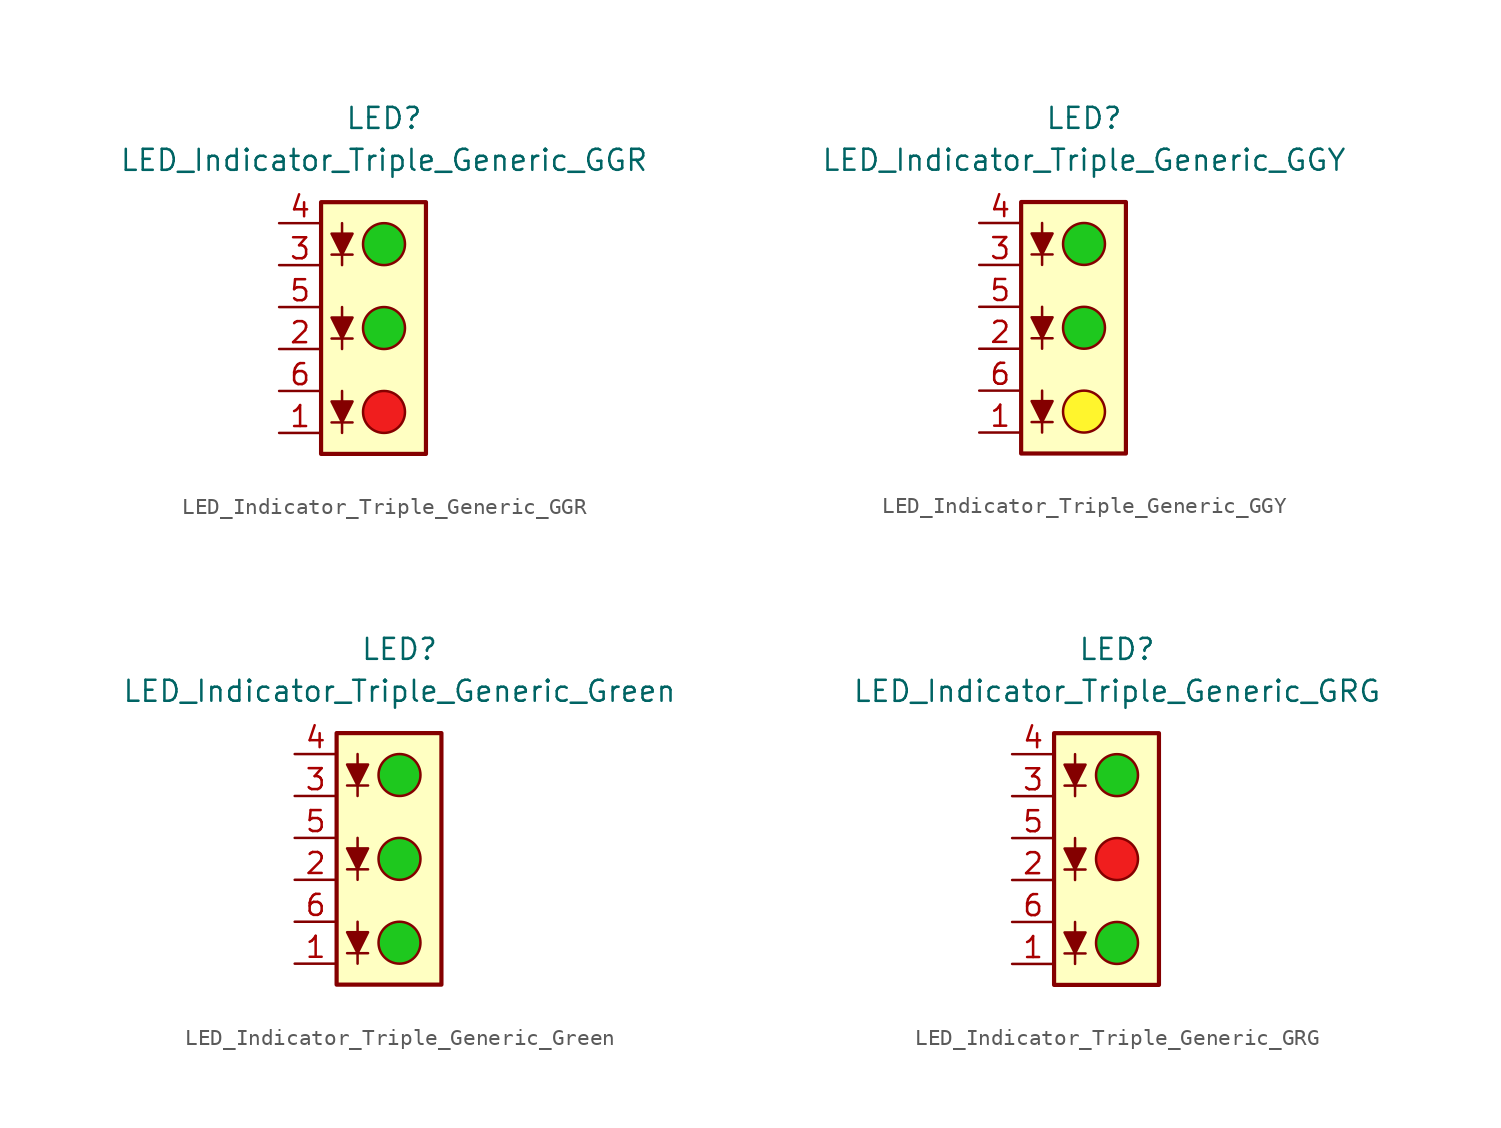
<source format=kicad_sym>
(kicad_symbol_lib
  (version 20231120)
  (generator "kicad_symbol_editor")
  (generator_version "8.0")
  (symbol "LED_Indicator_Triple_Generic_GGR"
    (pin_names
      (offset 1.016) hide)
    (property "Reference" "LED"
      (at 0 12.7 0)
      (effects (font (size 1.27 1.27))))
    (property "Value" "LED_Indicator_Triple_Generic_GGR"
      (at 0 10.16 0)
      (effects (font (size 1.27 1.27))))
    (symbol "LED_Indicator_Triple_Generic_GGR_0_1"
      (rectangle (start -3.81 7.62) (end 2.54 -7.62) (stroke (width 0.254) (type default)) (fill (type background)))
      (circle (center 0 -5.08) (radius 1.27) (stroke (width 0) (type default)) (fill (type color) (color 240 30 30 1)))
      (polyline (pts (xy -3.175 -5.715) (xy -1.905 -5.715)) (stroke (width 0) (type default)) (fill (type none)))
      (polyline (pts (xy -3.175 -0.635) (xy -1.905 -0.635)) (stroke (width 0) (type default)) (fill (type none)))
      (polyline (pts (xy -3.175 4.445) (xy -1.905 4.445)) (stroke (width 0) (type default)) (fill (type none)))
      (polyline (pts (xy -2.54 -3.81) (xy -2.54 -6.35)) (stroke (width 0) (type default)) (fill (type none)))
      (polyline (pts (xy -2.54 1.27) (xy -2.54 -1.27)) (stroke (width 0) (type default)) (fill (type none)))
      (polyline (pts (xy -2.54 6.35) (xy -2.54 3.81)) (stroke (width 0) (type default)) (fill (type none)))
      (polyline (pts (xy -2.54 -5.715) (xy -3.175 -4.445) (xy -1.905 -4.445) (xy -2.54 -5.715)) (stroke (width 0) (type default)) (fill (type outline)))
      (polyline (pts (xy -2.54 -0.635) (xy -3.175 0.635) (xy -1.905 0.635) (xy -2.54 -0.635)) (stroke (width 0) (type default)) (fill (type outline)))
      (polyline (pts (xy -2.54 4.445) (xy -3.175 5.715) (xy -1.905 5.715) (xy -2.54 4.445)) (stroke (width 0) (type default)) (fill (type outline)))
      (circle (center 0 0) (radius 1.27) (stroke (width 0) (type default)) (fill (type color) (color 30 200 30 1)))
      (circle (center 0 5.08) (radius 1.27) (stroke (width 0) (type default)) (fill (type color) (color 30 200 30 1))))
    (symbol "LED_Indicator_Triple_Generic_GGR_1_1"
      (pin passive line (at -6.35 -6.35 0) (length 2.54) (name "K1" (effects (font (size 1.27 1.27)))) (number "1" (effects (font (size 1.27 1.27)))))
      (pin passive line (at -6.35 -1.27 0) (length 2.54) (name "K2" (effects (font (size 1.27 1.27)))) (number "2" (effects (font (size 1.27 1.27)))))
      (pin passive line (at -6.35 3.81 0) (length 2.54) (name "K3" (effects (font (size 1.27 1.27)))) (number "3" (effects (font (size 1.27 1.27)))))
      (pin passive line (at -6.35 6.35 0) (length 2.54) (name "A3" (effects (font (size 1.27 1.27)))) (number "4" (effects (font (size 1.27 1.27)))))
      (pin passive line (at -6.35 1.27 0) (length 2.54) (name "A2" (effects (font (size 1.27 1.27)))) (number "5" (effects (font (size 1.27 1.27)))))
      (pin passive line (at -6.35 -3.81 0) (length 2.54) (name "A1" (effects (font (size 1.27 1.27)))) (number "6" (effects (font (size 1.27 1.27)))))))
  (symbol "LED_Indicator_Triple_Generic_GGY"
    (pin_names
      (offset 1.016) hide)
    (property "Reference" "LED"
      (at 0 12.7 0)
      (effects (font (size 1.27 1.27))))
    (property "Value" "LED_Indicator_Triple_Generic_GGY"
      (at 0 10.16 0)
      (effects (font (size 1.27 1.27))))
    (symbol "LED_Indicator_Triple_Generic_GGY_0_1"
      (rectangle (start -3.81 7.62) (end 2.54 -7.62) (stroke (width 0.254) (type default)) (fill (type background)))
      (circle (center 0 -5.08) (radius 1.27) (stroke (width 0) (type default)) (fill (type color) (color 255 245 45 1)))
      (polyline (pts (xy -3.175 -5.715) (xy -1.905 -5.715)) (stroke (width 0) (type default)) (fill (type none)))
      (polyline (pts (xy -3.175 -0.635) (xy -1.905 -0.635)) (stroke (width 0) (type default)) (fill (type none)))
      (polyline (pts (xy -3.175 4.445) (xy -1.905 4.445)) (stroke (width 0) (type default)) (fill (type none)))
      (polyline (pts (xy -2.54 -3.81) (xy -2.54 -6.35)) (stroke (width 0) (type default)) (fill (type none)))
      (polyline (pts (xy -2.54 1.27) (xy -2.54 -1.27)) (stroke (width 0) (type default)) (fill (type none)))
      (polyline (pts (xy -2.54 6.35) (xy -2.54 3.81)) (stroke (width 0) (type default)) (fill (type none)))
      (polyline (pts (xy -2.54 -5.715) (xy -3.175 -4.445) (xy -1.905 -4.445) (xy -2.54 -5.715)) (stroke (width 0) (type default)) (fill (type outline)))
      (polyline (pts (xy -2.54 -0.635) (xy -3.175 0.635) (xy -1.905 0.635) (xy -2.54 -0.635)) (stroke (width 0) (type default)) (fill (type outline)))
      (polyline (pts (xy -2.54 4.445) (xy -3.175 5.715) (xy -1.905 5.715) (xy -2.54 4.445)) (stroke (width 0) (type default)) (fill (type outline)))
      (circle (center 0 0) (radius 1.27) (stroke (width 0) (type default)) (fill (type color) (color 30 200 30 1)))
      (circle (center 0 5.08) (radius 1.27) (stroke (width 0) (type default)) (fill (type color) (color 30 200 30 1))))
    (symbol "LED_Indicator_Triple_Generic_GGY_1_1"
      (pin passive line (at -6.35 -6.35 0) (length 2.54) (name "K1" (effects (font (size 1.27 1.27)))) (number "1" (effects (font (size 1.27 1.27)))))
      (pin passive line (at -6.35 -1.27 0) (length 2.54) (name "K2" (effects (font (size 1.27 1.27)))) (number "2" (effects (font (size 1.27 1.27)))))
      (pin passive line (at -6.35 3.81 0) (length 2.54) (name "K3" (effects (font (size 1.27 1.27)))) (number "3" (effects (font (size 1.27 1.27)))))
      (pin passive line (at -6.35 6.35 0) (length 2.54) (name "A3" (effects (font (size 1.27 1.27)))) (number "4" (effects (font (size 1.27 1.27)))))
      (pin passive line (at -6.35 1.27 0) (length 2.54) (name "A2" (effects (font (size 1.27 1.27)))) (number "5" (effects (font (size 1.27 1.27)))))
      (pin passive line (at -6.35 -3.81 0) (length 2.54) (name "A1" (effects (font (size 1.27 1.27)))) (number "6" (effects (font (size 1.27 1.27)))))))
  (symbol "LED_Indicator_Triple_Generic_Green"
    (pin_names
      (offset 1.016) hide)
    (property "Reference" "LED"
      (at 0 12.7 0)
      (effects (font (size 1.27 1.27))))
    (property "Value" "LED_Indicator_Triple_Generic_Green"
      (at 0 10.16 0)
      (effects (font (size 1.27 1.27))))
    (symbol "LED_Indicator_Triple_Generic_Green_0_1"
      (rectangle (start -3.81 7.62) (end 2.54 -7.62) (stroke (width 0.254) (type default)) (fill (type background)))
      (circle (center 0 -5.08) (radius 1.27) (stroke (width 0) (type default)) (fill (type color) (color 30 200 30 1)))
      (polyline (pts (xy -3.175 -5.715) (xy -1.905 -5.715)) (stroke (width 0) (type default)) (fill (type none)))
      (polyline (pts (xy -3.175 -0.635) (xy -1.905 -0.635)) (stroke (width 0) (type default)) (fill (type none)))
      (polyline (pts (xy -3.175 4.445) (xy -1.905 4.445)) (stroke (width 0) (type default)) (fill (type none)))
      (polyline (pts (xy -2.54 -3.81) (xy -2.54 -6.35)) (stroke (width 0) (type default)) (fill (type none)))
      (polyline (pts (xy -2.54 1.27) (xy -2.54 -1.27)) (stroke (width 0) (type default)) (fill (type none)))
      (polyline (pts (xy -2.54 6.35) (xy -2.54 3.81)) (stroke (width 0) (type default)) (fill (type none)))
      (polyline (pts (xy -2.54 -5.715) (xy -3.175 -4.445) (xy -1.905 -4.445) (xy -2.54 -5.715)) (stroke (width 0) (type default)) (fill (type outline)))
      (polyline (pts (xy -2.54 -0.635) (xy -3.175 0.635) (xy -1.905 0.635) (xy -2.54 -0.635)) (stroke (width 0) (type default)) (fill (type outline)))
      (polyline (pts (xy -2.54 4.445) (xy -3.175 5.715) (xy -1.905 5.715) (xy -2.54 4.445)) (stroke (width 0) (type default)) (fill (type outline)))
      (circle (center 0 0) (radius 1.27) (stroke (width 0) (type default)) (fill (type color) (color 30 200 30 1)))
      (circle (center 0 5.08) (radius 1.27) (stroke (width 0) (type default)) (fill (type color) (color 30 200 30 1))))
    (symbol "LED_Indicator_Triple_Generic_Green_1_1"
      (pin passive line (at -6.35 -6.35 0) (length 2.54) (name "K1" (effects (font (size 1.27 1.27)))) (number "1" (effects (font (size 1.27 1.27)))))
      (pin passive line (at -6.35 -1.27 0) (length 2.54) (name "K2" (effects (font (size 1.27 1.27)))) (number "2" (effects (font (size 1.27 1.27)))))
      (pin passive line (at -6.35 3.81 0) (length 2.54) (name "K3" (effects (font (size 1.27 1.27)))) (number "3" (effects (font (size 1.27 1.27)))))
      (pin passive line (at -6.35 6.35 0) (length 2.54) (name "A3" (effects (font (size 1.27 1.27)))) (number "4" (effects (font (size 1.27 1.27)))))
      (pin passive line (at -6.35 1.27 0) (length 2.54) (name "A2" (effects (font (size 1.27 1.27)))) (number "5" (effects (font (size 1.27 1.27)))))
      (pin passive line (at -6.35 -3.81 0) (length 2.54) (name "A1" (effects (font (size 1.27 1.27)))) (number "6" (effects (font (size 1.27 1.27)))))))
  (symbol "LED_Indicator_Triple_Generic_GRG"
    (pin_names
      (offset 1.016) hide)
    (property "Reference" "LED"
      (at 0 12.7 0)
      (effects (font (size 1.27 1.27))))
    (property "Value" "LED_Indicator_Triple_Generic_GRG"
      (at 0 10.16 0)
      (effects (font (size 1.27 1.27))))
    (symbol "LED_Indicator_Triple_Generic_GRG_0_1"
      (rectangle (start -3.81 7.62) (end 2.54 -7.62) (stroke (width 0.254) (type default)) (fill (type background)))
      (circle (center 0 -5.08) (radius 1.27) (stroke (width 0) (type default)) (fill (type color) (color 30 200 30 1)))
      (polyline (pts (xy -3.175 -5.715) (xy -1.905 -5.715)) (stroke (width 0) (type default)) (fill (type none)))
      (polyline (pts (xy -3.175 -0.635) (xy -1.905 -0.635)) (stroke (width 0) (type default)) (fill (type none)))
      (polyline (pts (xy -3.175 4.445) (xy -1.905 4.445)) (stroke (width 0) (type default)) (fill (type none)))
      (polyline (pts (xy -2.54 -3.81) (xy -2.54 -6.35)) (stroke (width 0) (type default)) (fill (type none)))
      (polyline (pts (xy -2.54 1.27) (xy -2.54 -1.27)) (stroke (width 0) (type default)) (fill (type none)))
      (polyline (pts (xy -2.54 6.35) (xy -2.54 3.81)) (stroke (width 0) (type default)) (fill (type none)))
      (polyline (pts (xy -2.54 -5.715) (xy -3.175 -4.445) (xy -1.905 -4.445) (xy -2.54 -5.715)) (stroke (width 0) (type default)) (fill (type outline)))
      (polyline (pts (xy -2.54 -0.635) (xy -3.175 0.635) (xy -1.905 0.635) (xy -2.54 -0.635)) (stroke (width 0) (type default)) (fill (type outline)))
      (polyline (pts (xy -2.54 4.445) (xy -3.175 5.715) (xy -1.905 5.715) (xy -2.54 4.445)) (stroke (width 0) (type default)) (fill (type outline)))
      (circle (center 0 0) (radius 1.27) (stroke (width 0) (type default)) (fill (type color) (color 240 30 30 1)))
      (circle (center 0 5.08) (radius 1.27) (stroke (width 0) (type default)) (fill (type color) (color 30 200 30 1))))
    (symbol "LED_Indicator_Triple_Generic_GRG_1_1"
      (pin passive line (at -6.35 -6.35 0) (length 2.54) (name "K1" (effects (font (size 1.27 1.27)))) (number "1" (effects (font (size 1.27 1.27)))))
      (pin passive line (at -6.35 -1.27 0) (length 2.54) (name "K2" (effects (font (size 1.27 1.27)))) (number "2" (effects (font (size 1.27 1.27)))))
      (pin passive line (at -6.35 3.81 0) (length 2.54) (name "K3" (effects (font (size 1.27 1.27)))) (number "3" (effects (font (size 1.27 1.27)))))
      (pin passive line (at -6.35 6.35 0) (length 2.54) (name "A3" (effects (font (size 1.27 1.27)))) (number "4" (effects (font (size 1.27 1.27)))))
      (pin passive line (at -6.35 1.27 0) (length 2.54) (name "A2" (effects (font (size 1.27 1.27)))) (number "5" (effects (font (size 1.27 1.27)))))
      (pin passive line (at -6.35 -3.81 0) (length 2.54) (name "A1" (effects (font (size 1.27 1.27)))) (number "6" (effects (font (size 1.27 1.27))))))))
</source>
